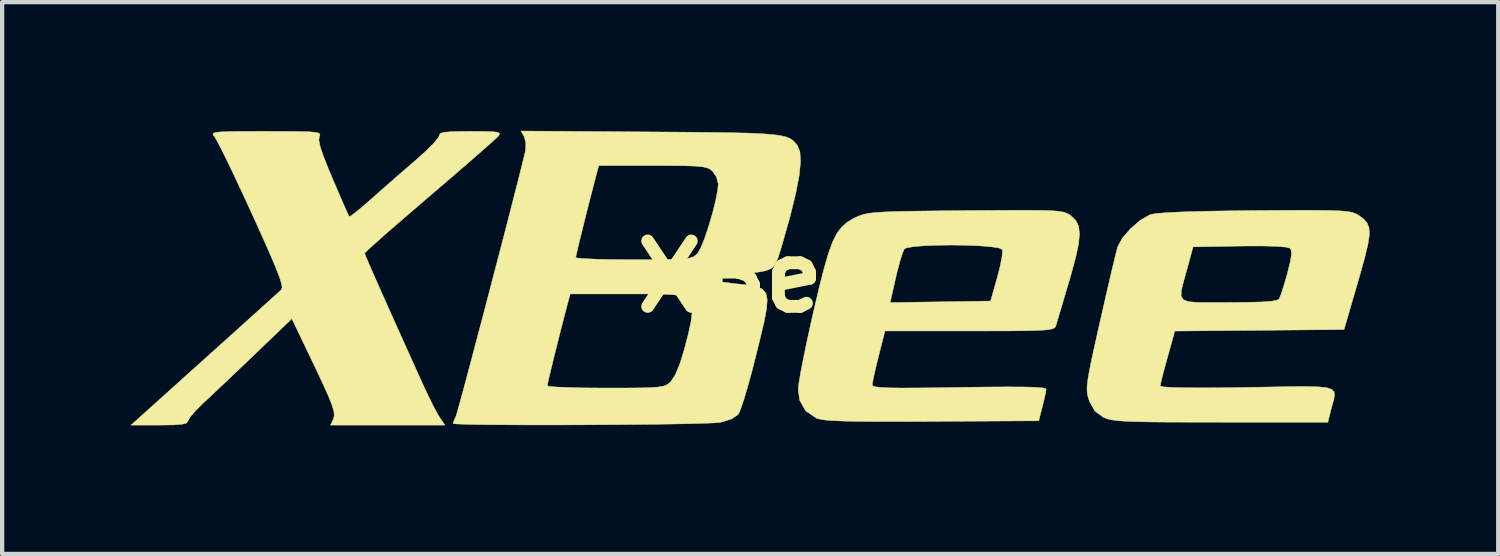
<source format=kicad_pcb>
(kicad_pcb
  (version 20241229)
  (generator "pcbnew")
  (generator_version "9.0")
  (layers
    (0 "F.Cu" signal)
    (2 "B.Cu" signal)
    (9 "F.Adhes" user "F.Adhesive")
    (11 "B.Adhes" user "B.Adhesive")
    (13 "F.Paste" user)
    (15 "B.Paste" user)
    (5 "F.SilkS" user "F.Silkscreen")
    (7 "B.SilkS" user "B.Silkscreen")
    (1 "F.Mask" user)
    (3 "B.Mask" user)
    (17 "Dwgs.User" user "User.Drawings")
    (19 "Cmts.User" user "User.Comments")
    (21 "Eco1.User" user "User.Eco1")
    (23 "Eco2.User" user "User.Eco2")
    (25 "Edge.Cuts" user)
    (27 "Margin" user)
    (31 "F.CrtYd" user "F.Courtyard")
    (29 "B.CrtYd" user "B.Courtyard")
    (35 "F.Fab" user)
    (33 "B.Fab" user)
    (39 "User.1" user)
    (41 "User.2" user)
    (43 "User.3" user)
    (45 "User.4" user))
  (footprint "XBee"
    (layer "F.Cu")
    (at 14.629 3.404)
    (property "Reference" "XBee" (at 0 0 0) (layer "F.SilkS") (effects (font (size 1.524 1.524) (thickness 0.3))))
    (attr through_hole)
    (fp_poly (pts (xy 13.054 -1.55) (xy 13.349 -1.546) (xy 13.568 -1.537) (xy 13.726 -1.524) (xy 13.837 -1.505) (xy 13.916 -1.48) (xy 13.976 -1.449) (xy 13.985 -1.443) (xy 14.112 -1.352) (xy 14.198 -1.257) (xy 14.244 -1.139) (xy 14.251 -0.978) (xy 14.217 -0.756) (xy 14.144 -0.451) (xy 14.031 -0.045) (xy 13.986 0.11) (xy 13.66 1.23) (xy 11.686 1.248) (xy 9.713 1.265) (xy 9.645 1.514) (xy 9.586 1.726) (xy 9.514 1.988) (xy 9.476 2.123) (xy 9.421 2.333) (xy 9.384 2.491) (xy 9.375 2.548) (xy 9.441 2.566) (xy 9.632 2.579) (xy 9.942 2.587) (xy 10.365 2.589) (xy 10.892 2.586) (xy 11.403 2.579) (xy 11.989 2.568) (xy 12.455 2.56) (xy 12.813 2.559) (xy 13.077 2.567) (xy 13.259 2.587) (xy 13.371 2.624) (xy 13.427 2.68) (xy 13.439 2.76) (xy 13.42 2.865) (xy 13.382 3.001) (xy 13.357 3.096) (xy 13.283 3.391) (xy 10.78 3.391) (xy 10.129 3.39) (xy 9.598 3.389) (xy 9.172 3.385) (xy 8.838 3.378) (xy 8.583 3.369) (xy 8.393 3.356) (xy 8.254 3.338) (xy 8.152 3.316) (xy 8.075 3.288) (xy 8.046 3.275) (xy 7.854 3.134) (xy 7.731 2.919) (xy 7.717 2.88) (xy 7.687 2.786) (xy 7.67 2.693) (xy 7.667 2.58) (xy 7.682 2.43) (xy 7.716 2.226) (xy 7.771 1.947) (xy 7.852 1.578) (xy 7.959 1.098) (xy 7.97 1.051) (xy 8.072 0.604) (xy 8.107 0.448) (xy 9.861 0.448) (xy 9.912 0.534) (xy 10.035 0.58) (xy 10.247 0.598) (xy 10.562 0.6) (xy 10.967 0.598) (xy 11.418 0.595) (xy 11.749 0.586) (xy 11.972 0.569) (xy 12.102 0.543) (xy 12.148 0.515) (xy 12.189 0.415) (xy 12.252 0.222) (xy 12.324 -0.024) (xy 12.34 -0.084) (xy 12.409 -0.359) (xy 12.436 -0.533) (xy 12.424 -0.633) (xy 12.398 -0.667) (xy 12.299 -0.693) (xy 12.082 -0.71) (xy 11.762 -0.719) (xy 11.352 -0.718) (xy 11.228 -0.716) (xy 10.14 -0.698) (xy 9.996 -0.166) (xy 9.918 0.11) (xy 9.868 0.311) (xy 9.861 0.448) (xy 8.107 0.448) (xy 8.167 0.189) (xy 8.251 -0.171) (xy 8.32 -0.456) (xy 8.367 -0.644) (xy 8.383 -0.702) (xy 8.492 -0.904) (xy 8.681 -1.122) (xy 8.907 -1.317) (xy 9.131 -1.446) (xy 9.143 -1.451) (xy 9.278 -1.476) (xy 9.543 -1.497) (xy 9.936 -1.515) (xy 10.452 -1.529) (xy 11.09 -1.54) (xy 11.572 -1.545) (xy 12.18 -1.549) (xy 12.669 -1.551) (xy 13.054 -1.55)) (stroke (width 0.01) (type solid)) (fill yes) (layer "F.SilkS"))
    (fp_poly (pts (xy 6.616 -1.548) (xy 6.837 -1.541) (xy 6.996 -1.529) (xy 7.107 -1.511) (xy 7.185 -1.487) (xy 7.245 -1.456) (xy 7.292 -1.423) (xy 7.404 -1.316) (xy 7.471 -1.182) (xy 7.493 -1.003) (xy 7.469 -0.759) (xy 7.398 -0.432) (xy 7.281 -0.004) (xy 7.248 0.109) (xy 7.147 0.447) (xy 7.059 0.747) (xy 6.989 0.981) (xy 6.947 1.123) (xy 6.94 1.147) (xy 6.922 1.18) (xy 6.88 1.207) (xy 6.8 1.227) (xy 6.667 1.242) (xy 6.468 1.252) (xy 6.188 1.258) (xy 5.813 1.262) (xy 5.329 1.263) (xy 4.932 1.263) (xy 2.957 1.263) (xy 2.808 1.845) (xy 2.742 2.115) (xy 2.691 2.341) (xy 2.663 2.489) (xy 2.659 2.52) (xy 2.677 2.546) (xy 2.739 2.566) (xy 2.858 2.58) (xy 3.046 2.589) (xy 3.317 2.593) (xy 3.684 2.592) (xy 4.159 2.587) (xy 4.688 2.579) (xy 5.312 2.57) (xy 5.811 2.567) (xy 6.192 2.569) (xy 6.464 2.577) (xy 6.634 2.591) (xy 6.709 2.61) (xy 6.714 2.619) (xy 6.698 2.722) (xy 6.657 2.904) (xy 6.627 3.025) (xy 6.541 3.358) (xy 4.052 3.372) (xy 3.377 3.375) (xy 2.823 3.375) (xy 2.377 3.372) (xy 2.028 3.366) (xy 1.764 3.355) (xy 1.572 3.341) (xy 1.441 3.321) (xy 1.358 3.297) (xy 1.355 3.296) (xy 1.106 3.125) (xy 0.966 2.878) (xy 0.933 2.628) (xy 0.948 2.488) (xy 0.989 2.24) (xy 1.054 1.907) (xy 1.135 1.511) (xy 1.231 1.074) (xy 1.29 0.814) (xy 1.34 0.601) (xy 3.076 0.601) (xy 5.419 0.565) (xy 5.575 0.014) (xy 5.642 -0.248) (xy 5.685 -0.468) (xy 5.697 -0.61) (xy 5.693 -0.634) (xy 5.616 -0.671) (xy 5.433 -0.7) (xy 5.171 -0.722) (xy 4.857 -0.735) (xy 4.519 -0.74) (xy 4.183 -0.736) (xy 3.876 -0.724) (xy 3.626 -0.704) (xy 3.46 -0.674) (xy 3.407 -0.648) (xy 3.363 -0.549) (xy 3.303 -0.354) (xy 3.236 -0.099) (xy 3.208 0.018) (xy 3.076 0.601) (xy 1.34 0.601) (xy 1.422 0.25) (xy 1.537 -0.2) (xy 1.639 -0.55) (xy 1.737 -0.817) (xy 1.838 -1.016) (xy 1.949 -1.162) (xy 2.076 -1.273) (xy 2.226 -1.363) (xy 2.273 -1.386) (xy 2.357 -1.423) (xy 2.447 -1.453) (xy 2.558 -1.477) (xy 2.706 -1.496) (xy 2.904 -1.51) (xy 3.169 -1.521) (xy 3.514 -1.529) (xy 3.955 -1.535) (xy 4.507 -1.541) (xy 4.832 -1.544) (xy 5.442 -1.548) (xy 5.933 -1.551) (xy 6.32 -1.551) (xy 6.616 -1.548)) (stroke (width 0.01) (type solid)) (fill yes) (layer "F.SilkS"))
    (fp_poly (pts (xy -6.39 -3.39) (xy -6.182 -3.383) (xy -6.069 -3.368) (xy -6.03 -3.341) (xy -6.045 -3.299) (xy -6.059 -3.281) (xy -6.132 -3.211) (xy -6.292 -3.067) (xy -6.527 -2.86) (xy -6.823 -2.603) (xy -7.166 -2.307) (xy -7.544 -1.983) (xy -7.663 -1.881) (xy -8.043 -1.555) (xy -8.388 -1.257) (xy -8.686 -0.998) (xy -8.924 -0.787) (xy -9.089 -0.637) (xy -9.17 -0.558) (xy -9.176 -0.55) (xy -9.149 -0.475) (xy -9.068 -0.284) (xy -8.935 0.019) (xy -8.753 0.43) (xy -8.523 0.945) (xy -8.247 1.558) (xy -7.928 2.266) (xy -7.825 2.493) (xy -7.694 2.774) (xy -7.568 3.027) (xy -7.466 3.215) (xy -7.43 3.275) (xy -7.305 3.458) (xy -9.971 3.458) (xy -9.902 3.306) (xy -9.884 3.234) (xy -9.894 3.136) (xy -9.937 2.992) (xy -10.02 2.784) (xy -10.149 2.496) (xy -10.332 2.109) (xy -10.353 2.065) (xy -10.873 0.977) (xy -11.737 1.805) (xy -12.045 2.1) (xy -12.348 2.388) (xy -12.621 2.647) (xy -12.841 2.853) (xy -12.949 2.954) (xy -13.122 3.126) (xy -13.247 3.272) (xy -13.298 3.364) (xy -13.298 3.367) (xy -13.328 3.41) (xy -13.431 3.438) (xy -13.626 3.453) (xy -13.933 3.458) (xy -13.961 3.458) (xy -14.624 3.458) (xy -13.978 2.877) (xy -13.663 2.594) (xy -13.317 2.282) (xy -12.953 1.955) (xy -12.585 1.624) (xy -12.229 1.304) (xy -11.899 1.006) (xy -11.608 0.744) (xy -11.372 0.531) (xy -11.205 0.38) (xy -11.121 0.304) (xy -11.118 0.301) (xy -11.101 0.256) (xy -11.113 0.166) (xy -11.158 0.019) (xy -11.241 -0.197) (xy -11.367 -0.495) (xy -11.54 -0.886) (xy -11.765 -1.384) (xy -11.803 -1.467) (xy -12.008 -1.913) (xy -12.201 -2.323) (xy -12.372 -2.681) (xy -12.514 -2.969) (xy -12.619 -3.171) (xy -12.678 -3.27) (xy -12.681 -3.273) (xy -12.711 -3.314) (xy -12.708 -3.343) (xy -12.655 -3.364) (xy -12.538 -3.378) (xy -12.341 -3.386) (xy -12.047 -3.39) (xy -11.642 -3.391) (xy -11.478 -3.391) (xy -11.03 -3.39) (xy -10.7 -3.387) (xy -10.469 -3.381) (xy -10.323 -3.368) (xy -10.245 -3.349) (xy -10.218 -3.321) (xy -10.226 -3.284) (xy -10.232 -3.273) (xy -10.244 -3.189) (xy -10.215 -3.041) (xy -10.139 -2.815) (xy -10.012 -2.494) (xy -9.927 -2.293) (xy -9.793 -1.981) (xy -9.678 -1.715) (xy -9.591 -1.519) (xy -9.542 -1.414) (xy -9.536 -1.403) (xy -9.479 -1.433) (xy -9.347 -1.535) (xy -9.161 -1.691) (xy -9.028 -1.808) (xy -8.758 -2.047) (xy -8.438 -2.327) (xy -8.12 -2.603) (xy -7.979 -2.725) (xy -7.754 -2.927) (xy -7.575 -3.105) (xy -7.463 -3.238) (xy -7.433 -3.301) (xy -7.416 -3.341) (xy -7.331 -3.368) (xy -7.159 -3.384) (xy -6.882 -3.39) (xy -6.71 -3.391) (xy -6.39 -3.39)) (stroke (width 0.01) (type solid)) (fill yes) (layer "F.SilkS"))
    (fp_poly (pts (xy -2.514 -3.378) (xy -1.779 -3.373) (xy -1.165 -3.367) (xy -0.66 -3.36) (xy -0.253 -3.351) (xy 0.069 -3.337) (xy 0.317 -3.319) (xy 0.504 -3.295) (xy 0.64 -3.265) (xy 0.738 -3.226) (xy 0.81 -3.178) (xy 0.867 -3.12) (xy 0.912 -3.064) (xy 0.973 -2.916) (xy 0.988 -2.684) (xy 0.955 -2.36) (xy 0.874 -1.937) (xy 0.744 -1.408) (xy 0.562 -0.765) (xy 0.538 -0.684) (xy 0.461 -0.438) (xy 0.396 -0.288) (xy 0.322 -0.205) (xy 0.216 -0.156) (xy 0.148 -0.136) (xy -0.048 -0.101) (xy -0.316 -0.076) (xy -0.578 -0.067) (xy -0.818 -0.059) (xy -1.001 -0.037) (xy -1.092 -0.008) (xy -1.094 -0.005) (xy -1.094 0.045) (xy -1.012 0.086) (xy -0.833 0.123) (xy -0.539 0.16) (xy -0.499 0.165) (xy -0.236 0.194) (xy -0.039 0.229) (xy 0.098 0.287) (xy 0.18 0.383) (xy 0.21 0.533) (xy 0.194 0.753) (xy 0.135 1.061) (xy 0.038 1.471) (xy -0.044 1.802) (xy -0.146 2.203) (xy -0.246 2.566) (xy -0.336 2.869) (xy -0.411 3.089) (xy -0.462 3.204) (xy -0.465 3.208) (xy -0.615 3.312) (xy -0.851 3.387) (xy -0.902 3.396) (xy -1.03 3.407) (xy -1.266 3.416) (xy -1.595 3.425) (xy -2.001 3.433) (xy -2.469 3.44) (xy -2.981 3.445) (xy -3.524 3.449) (xy -4.079 3.452) (xy -4.633 3.454) (xy -5.168 3.454) (xy -5.669 3.453) (xy -6.121 3.45) (xy -6.507 3.446) (xy -6.811 3.44) (xy -7.017 3.432) (xy -7.111 3.423) (xy -7.115 3.42) (xy -7.087 3.337) (xy -7.052 3.266) (xy -7.027 3.186) (xy -6.973 2.994) (xy -6.893 2.703) (xy -6.85 2.543) (xy -4.92 2.543) (xy -4.857 2.558) (xy -4.681 2.571) (xy -4.41 2.582) (xy -4.066 2.59) (xy -3.667 2.593) (xy -3.554 2.593) (xy -3.095 2.593) (xy -2.749 2.59) (xy -2.499 2.583) (xy -2.325 2.57) (xy -2.209 2.549) (xy -2.131 2.519) (xy -2.073 2.476) (xy -2.036 2.441) (xy -1.933 2.285) (xy -1.825 2.026) (xy -1.732 1.726) (xy -1.63 1.337) (xy -1.568 1.052) (xy -1.543 0.85) (xy -1.554 0.708) (xy -1.6 0.604) (xy -1.655 0.54) (xy -1.71 0.491) (xy -1.777 0.455) (xy -1.876 0.43) (xy -2.027 0.414) (xy -2.247 0.404) (xy -2.558 0.4) (xy -2.978 0.399) (xy -3.089 0.399) (xy -4.383 0.399) (xy -4.45 0.648) (xy -4.517 0.903) (xy -4.595 1.206) (xy -4.677 1.53) (xy -4.757 1.85) (xy -4.827 2.138) (xy -4.882 2.366) (xy -4.914 2.51) (xy -4.92 2.543) (xy -6.85 2.543) (xy -6.793 2.329) (xy -6.675 1.889) (xy -6.545 1.396) (xy -6.405 0.867) (xy -6.261 0.316) (xy -6.116 -0.24) (xy -6.061 -0.449) (xy -4.255 -0.449) (xy -4.192 -0.434) (xy -4.016 -0.421) (xy -3.746 -0.41) (xy -3.402 -0.402) (xy -3.005 -0.399) (xy -2.904 -0.399) (xy -2.447 -0.399) (xy -2.104 -0.402) (xy -1.857 -0.409) (xy -1.686 -0.422) (xy -1.572 -0.444) (xy -1.498 -0.474) (xy -1.443 -0.517) (xy -1.412 -0.549) (xy -1.339 -0.673) (xy -1.25 -0.893) (xy -1.156 -1.174) (xy -1.066 -1.479) (xy -0.992 -1.775) (xy -0.944 -2.025) (xy -0.931 -2.168) (xy -0.977 -2.334) (xy -1.064 -2.46) (xy -1.119 -2.507) (xy -1.19 -2.541) (xy -1.297 -2.565) (xy -1.46 -2.58) (xy -1.698 -2.589) (xy -2.031 -2.592) (xy -2.458 -2.593) (xy -3.718 -2.593) (xy -3.784 -2.344) (xy -3.863 -2.041) (xy -3.949 -1.707) (xy -4.035 -1.367) (xy -4.114 -1.046) (xy -4.182 -0.771) (xy -4.23 -0.566) (xy -4.254 -0.458) (xy -4.255 -0.449) (xy -6.061 -0.449) (xy -5.973 -0.787) (xy -5.838 -1.308) (xy -5.715 -1.789) (xy -5.606 -2.215) (xy -5.517 -2.569) (xy -5.451 -2.837) (xy -5.425 -2.944) (xy -5.418 -3.13) (xy -5.455 -3.263) (xy -5.528 -3.399) (xy -2.514 -3.378)) (stroke (width 0.01) (type solid)) (fill yes) (layer "F.SilkS")))
  (gr_rect
    (start -3 -3)
    (end 31.885 9.866)
    (stroke (width 0.1) (type default))
    (fill no)
    (layer "Edge.Cuts")))
</source>
